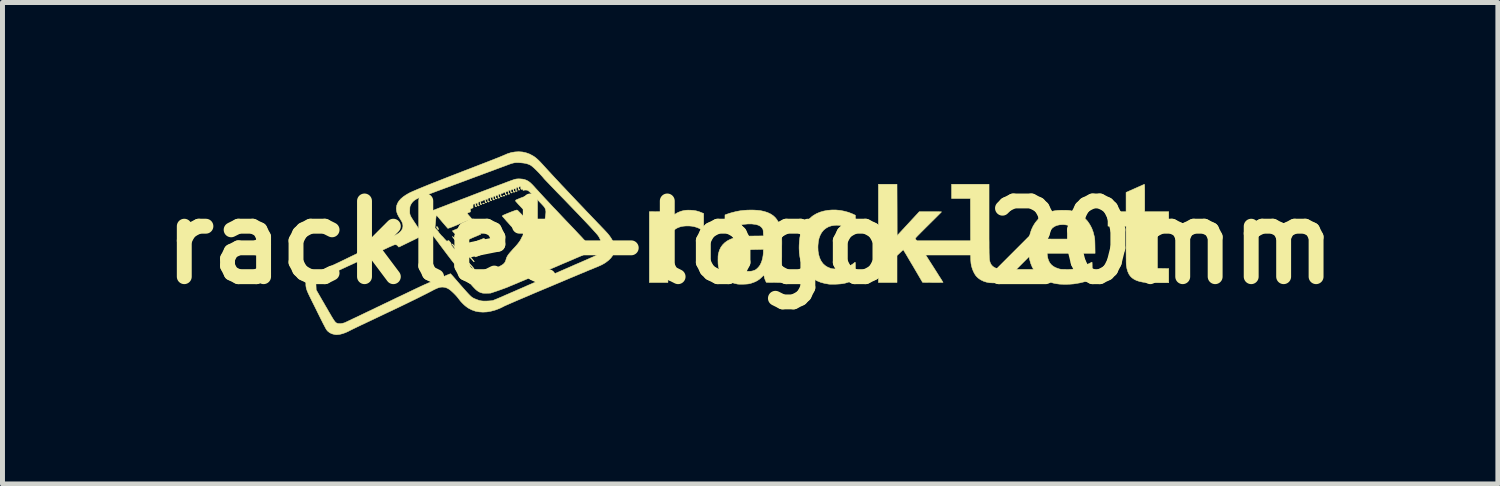
<source format=kicad_pcb>
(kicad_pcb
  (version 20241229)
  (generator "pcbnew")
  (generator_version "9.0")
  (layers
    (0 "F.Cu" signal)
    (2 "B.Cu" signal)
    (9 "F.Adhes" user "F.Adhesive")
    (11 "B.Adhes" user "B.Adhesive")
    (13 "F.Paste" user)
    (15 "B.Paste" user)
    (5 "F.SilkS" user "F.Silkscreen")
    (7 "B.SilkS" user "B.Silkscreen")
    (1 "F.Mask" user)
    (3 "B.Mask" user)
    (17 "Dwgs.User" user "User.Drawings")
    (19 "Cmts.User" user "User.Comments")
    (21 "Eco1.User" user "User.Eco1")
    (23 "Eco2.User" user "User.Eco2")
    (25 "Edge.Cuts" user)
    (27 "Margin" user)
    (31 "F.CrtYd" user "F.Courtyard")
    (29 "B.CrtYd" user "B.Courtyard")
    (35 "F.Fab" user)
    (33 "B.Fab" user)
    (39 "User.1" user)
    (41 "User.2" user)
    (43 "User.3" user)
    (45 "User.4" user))
  (footprint "racklet-logo-20mm"
    (layer "F.Cu")
    (at 12.054 1.831)
    (property "Reference" "racklet-logo-20mm" (at 0 0 0) (layer "F.SilkS") (effects (font (size 1.524 1.524) (thickness 0.3))))
    (attr through_hole)
    (fp_poly (pts (xy -4.692 -1.041) (xy -4.69 -1.035) (xy -4.695 -1.03) (xy -4.707 -1.026) (xy -4.72 -1.029) (xy -4.726 -1.034) (xy -4.722 -1.039) (xy -4.712 -1.043) (xy -4.7 -1.044) (xy -4.692 -1.041)) (stroke (width 0.01) (type solid)) (fill yes) (layer "F.SilkS"))
    (fp_poly (pts (xy -6.3 -0.316) (xy -6.29 -0.304) (xy -6.28 -0.286) (xy -6.278 -0.27) (xy -6.28 -0.254) (xy -6.297 -0.272) (xy -6.309 -0.289) (xy -6.314 -0.305) (xy -6.314 -0.306) (xy -6.312 -0.318) (xy -6.308 -0.322) (xy -6.3 -0.316)) (stroke (width 0.01) (type solid)) (fill yes) (layer "F.SilkS"))
    (fp_poly (pts (xy -5.356 -0.791) (xy -5.351 -0.786) (xy -5.355 -0.782) (xy -5.356 -0.781) (xy -5.369 -0.776) (xy -5.381 -0.78) (xy -5.382 -0.781) (xy -5.387 -0.786) (xy -5.387 -0.788) (xy -5.376 -0.793) (xy -5.363 -0.793) (xy -5.356 -0.791)) (stroke (width 0.01) (type solid)) (fill yes) (layer "F.SilkS"))
    (fp_poly (pts (xy -4.945 -0.947) (xy -4.939 -0.942) (xy -4.944 -0.938) (xy -4.945 -0.937) (xy -4.957 -0.932) (xy -4.97 -0.936) (xy -4.971 -0.937) (xy -4.976 -0.942) (xy -4.976 -0.944) (xy -4.965 -0.949) (xy -4.952 -0.949) (xy -4.945 -0.947)) (stroke (width 0.01) (type solid)) (fill yes) (layer "F.SilkS"))
    (fp_poly (pts (xy -5.984 -0.113) (xy -5.971 -0.1) (xy -5.952 -0.08) (xy -5.927 -0.052) (xy -5.903 -0.025) (xy -5.879 0.003) (xy -5.858 0.029) (xy -5.84 0.051) (xy -5.826 0.069) (xy -5.817 0.081) (xy -5.815 0.087) (xy -5.819 0.088) (xy -5.828 0.082) (xy -5.838 0.072) (xy -5.86 0.048) (xy -5.884 0.021) (xy -5.908 -0.006) (xy -5.93 -0.033) (xy -5.951 -0.058) (xy -5.969 -0.081) (xy -5.983 -0.099) (xy -5.992 -0.112) (xy -5.995 -0.119) (xy -5.995 -0.119) (xy -5.992 -0.119) (xy -5.984 -0.113)) (stroke (width 0.01) (type solid)) (fill yes) (layer "F.SilkS"))
    (fp_poly (pts (xy -5.724 0.189) (xy -5.711 0.202) (xy -5.692 0.222) (xy -5.667 0.25) (xy -5.643 0.277) (xy -5.619 0.305) (xy -5.598 0.331) (xy -5.58 0.353) (xy -5.566 0.371) (xy -5.557 0.383) (xy -5.555 0.388) (xy -5.558 0.39) (xy -5.568 0.384) (xy -5.577 0.374) (xy -5.6 0.349) (xy -5.624 0.323) (xy -5.647 0.296) (xy -5.67 0.269) (xy -5.691 0.244) (xy -5.709 0.221) (xy -5.723 0.203) (xy -5.732 0.19) (xy -5.735 0.183) (xy -5.735 0.183) (xy -5.732 0.182) (xy -5.724 0.189)) (stroke (width 0.01) (type solid)) (fill yes) (layer "F.SilkS"))
    (fp_poly (pts (xy -5.991 0.037) (xy -5.984 0.043) (xy -5.972 0.056) (xy -5.956 0.073) (xy -5.937 0.093) (xy -5.916 0.116) (xy -5.894 0.14) (xy -5.874 0.164) (xy -5.855 0.185) (xy -5.839 0.204) (xy -5.827 0.218) (xy -5.82 0.227) (xy -5.819 0.229) (xy -5.822 0.234) (xy -5.83 0.231) (xy -5.843 0.22) (xy -5.858 0.203) (xy -5.871 0.189) (xy -5.888 0.169) (xy -5.909 0.146) (xy -5.931 0.121) (xy -5.946 0.105) (xy -5.971 0.077) (xy -5.989 0.055) (xy -6 0.04) (xy -6.004 0.032) (xy -6.001 0.031) (xy -5.991 0.037)) (stroke (width 0.01) (type solid)) (fill yes) (layer "F.SilkS"))
    (fp_poly (pts (xy -5.731 0.339) (xy -5.724 0.345) (xy -5.712 0.358) (xy -5.696 0.375) (xy -5.676 0.395) (xy -5.656 0.418) (xy -5.634 0.442) (xy -5.613 0.465) (xy -5.594 0.487) (xy -5.578 0.506) (xy -5.566 0.52) (xy -5.56 0.529) (xy -5.559 0.531) (xy -5.562 0.536) (xy -5.57 0.533) (xy -5.583 0.522) (xy -5.598 0.505) (xy -5.61 0.491) (xy -5.628 0.471) (xy -5.649 0.448) (xy -5.671 0.423) (xy -5.686 0.407) (xy -5.711 0.378) (xy -5.729 0.357) (xy -5.74 0.342) (xy -5.744 0.334) (xy -5.741 0.333) (xy -5.731 0.339)) (stroke (width 0.01) (type solid)) (fill yes) (layer "F.SilkS"))
    (fp_poly (pts (xy -4.509 -0.928) (xy -4.502 -0.923) (xy -4.49 -0.912) (xy -4.473 -0.896) (xy -4.453 -0.877) (xy -4.431 -0.854) (xy -4.408 -0.831) (xy -4.386 -0.808) (xy -4.366 -0.786) (xy -4.348 -0.767) (xy -4.335 -0.752) (xy -4.327 -0.741) (xy -4.325 -0.738) (xy -4.328 -0.727) (xy -4.329 -0.725) (xy -4.335 -0.721) (xy -4.349 -0.714) (xy -4.37 -0.705) (xy -4.394 -0.694) (xy -4.421 -0.683) (xy -4.449 -0.671) (xy -4.476 -0.661) (xy -4.499 -0.652) (xy -4.518 -0.645) (xy -4.531 -0.641) (xy -4.535 -0.64) (xy -4.541 -0.643) (xy -4.551 -0.65) (xy -4.566 -0.663) (xy -4.586 -0.683) (xy -4.611 -0.709) (xy -4.632 -0.732) (xy -4.657 -0.758) (xy -4.679 -0.782) (xy -4.697 -0.803) (xy -4.712 -0.819) (xy -4.721 -0.83) (xy -4.723 -0.834) (xy -4.724 -0.845) (xy -4.72 -0.851) (xy -4.713 -0.856) (xy -4.698 -0.863) (xy -4.676 -0.872) (xy -4.649 -0.883) (xy -4.62 -0.895) (xy -4.617 -0.896) (xy -4.582 -0.909) (xy -4.555 -0.919) (xy -4.535 -0.925) (xy -4.522 -0.929) (xy -4.513 -0.929) (xy -4.509 -0.928)) (stroke (width 0.01) (type solid)) (fill yes) (layer "F.SilkS"))
    (fp_poly (pts (xy -5.52 -0.275) (xy -5.495 -0.247) (xy -5.472 -0.221) (xy -5.453 -0.199) (xy -5.438 -0.182) (xy -5.428 -0.17) (xy -5.424 -0.164) (xy -5.424 -0.164) (xy -5.43 -0.162) (xy -5.441 -0.157) (xy -5.442 -0.157) (xy -5.45 -0.154) (xy -5.467 -0.147) (xy -5.491 -0.137) (xy -5.52 -0.124) (xy -5.555 -0.11) (xy -5.592 -0.094) (xy -5.621 -0.081) (xy -5.66 -0.064) (xy -5.695 -0.049) (xy -5.727 -0.036) (xy -5.753 -0.025) (xy -5.772 -0.017) (xy -5.785 -0.012) (xy -5.788 -0.01) (xy -5.792 -0.014) (xy -5.803 -0.024) (xy -5.818 -0.04) (xy -5.838 -0.061) (xy -5.862 -0.085) (xy -5.888 -0.113) (xy -5.893 -0.118) (xy -5.919 -0.146) (xy -5.943 -0.172) (xy -5.963 -0.194) (xy -5.979 -0.212) (xy -5.99 -0.225) (xy -5.995 -0.231) (xy -5.995 -0.232) (xy -5.99 -0.235) (xy -5.977 -0.241) (xy -5.956 -0.25) (xy -5.929 -0.261) (xy -5.897 -0.275) (xy -5.86 -0.289) (xy -5.821 -0.305) (xy -5.779 -0.322) (xy -5.737 -0.338) (xy -5.696 -0.355) (xy -5.655 -0.37) (xy -5.644 -0.375) (xy -5.617 -0.385) (xy -5.52 -0.275)) (stroke (width 0.01) (type solid)) (fill yes) (layer "F.SilkS"))
    (fp_poly (pts (xy -5.357 -0.079) (xy -5.347 -0.069) (xy -5.333 -0.053) (xy -5.314 -0.034) (xy -5.294 -0.011) (xy -5.271 0.014) (xy -5.249 0.039) (xy -5.227 0.064) (xy -5.206 0.087) (xy -5.189 0.107) (xy -5.175 0.123) (xy -5.166 0.133) (xy -5.163 0.138) (xy -5.167 0.14) (xy -5.169 0.141) (xy -5.175 0.143) (xy -5.19 0.148) (xy -5.21 0.156) (xy -5.234 0.167) (xy -5.251 0.174) (xy -5.276 0.185) (xy -5.305 0.197) (xy -5.337 0.211) (xy -5.37 0.225) (xy -5.404 0.239) (xy -5.436 0.253) (xy -5.466 0.265) (xy -5.491 0.276) (xy -5.511 0.284) (xy -5.524 0.29) (xy -5.529 0.291) (xy -5.533 0.288) (xy -5.543 0.278) (xy -5.558 0.263) (xy -5.576 0.243) (xy -5.598 0.221) (xy -5.601 0.217) (xy -5.626 0.191) (xy -5.651 0.165) (xy -5.674 0.14) (xy -5.693 0.12) (xy -5.706 0.106) (xy -5.741 0.069) (xy -5.553 -0.006) (xy -5.511 -0.022) (xy -5.472 -0.038) (xy -5.438 -0.052) (xy -5.408 -0.063) (xy -5.385 -0.073) (xy -5.369 -0.079) (xy -5.362 -0.082) (xy -5.361 -0.082) (xy -5.357 -0.079)) (stroke (width 0.01) (type solid)) (fill yes) (layer "F.SilkS"))
    (fp_poly (pts (xy -1.205 -0.649) (xy -1.202 -0.649) (xy -1.143 -0.645) (xy -1.089 -0.636) (xy -1.037 -0.622) (xy -0.985 -0.602) (xy -0.982 -0.601) (xy -0.937 -0.582) (xy -0.937 -0.223) (xy -0.964 -0.244) (xy -0.996 -0.266) (xy -1.027 -0.283) (xy -1.06 -0.297) (xy -1.085 -0.306) (xy -1.133 -0.32) (xy -1.181 -0.328) (xy -1.231 -0.332) (xy -1.288 -0.332) (xy -1.34 -0.328) (xy -1.384 -0.321) (xy -1.425 -0.309) (xy -1.464 -0.293) (xy -1.48 -0.285) (xy -1.526 -0.256) (xy -1.566 -0.22) (xy -1.598 -0.176) (xy -1.624 -0.125) (xy -1.641 -0.075) (xy -1.643 -0.068) (xy -1.645 -0.06) (xy -1.646 -0.052) (xy -1.648 -0.043) (xy -1.649 -0.031) (xy -1.65 -0.017) (xy -1.65 0.001) (xy -1.651 0.023) (xy -1.652 0.05) (xy -1.652 0.082) (xy -1.653 0.122) (xy -1.653 0.168) (xy -1.653 0.222) (xy -1.654 0.285) (xy -1.654 0.357) (xy -1.654 0.386) (xy -1.656 0.807) (xy -2.03 0.807) (xy -2.03 -0.62) (xy -1.862 -0.618) (xy -1.694 -0.617) (xy -1.676 -0.509) (xy -1.658 -0.401) (xy -1.645 -0.425) (xy -1.612 -0.476) (xy -1.57 -0.523) (xy -1.522 -0.563) (xy -1.467 -0.597) (xy -1.408 -0.622) (xy -1.404 -0.624) (xy -1.365 -0.635) (xy -1.329 -0.643) (xy -1.292 -0.648) (xy -1.252 -0.65) (xy -1.205 -0.649)) (stroke (width 0.01) (type solid)) (fill yes) (layer "F.SilkS"))
    (fp_poly (pts (xy -4.697 -0.652) (xy -4.693 -0.651) (xy -4.688 -0.649) (xy -4.682 -0.644) (xy -4.673 -0.637) (xy -4.662 -0.625) (xy -4.646 -0.609) (xy -4.625 -0.588) (xy -4.598 -0.56) (xy -4.58 -0.541) (xy -4.549 -0.509) (xy -4.526 -0.483) (xy -4.508 -0.463) (xy -4.496 -0.447) (xy -4.489 -0.436) (xy -4.486 -0.426) (xy -4.487 -0.419) (xy -4.491 -0.413) (xy -4.494 -0.409) (xy -4.501 -0.406) (xy -4.516 -0.398) (xy -4.537 -0.388) (xy -4.563 -0.377) (xy -4.593 -0.363) (xy -4.625 -0.35) (xy -4.656 -0.336) (xy -4.687 -0.323) (xy -4.715 -0.312) (xy -4.739 -0.302) (xy -4.757 -0.295) (xy -4.767 -0.292) (xy -4.769 -0.291) (xy -4.779 -0.295) (xy -4.787 -0.301) (xy -4.793 -0.307) (xy -4.805 -0.32) (xy -4.822 -0.338) (xy -4.842 -0.361) (xy -4.865 -0.387) (xy -4.882 -0.406) (xy -4.907 -0.433) (xy -4.929 -0.459) (xy -4.949 -0.482) (xy -4.965 -0.5) (xy -4.976 -0.512) (xy -4.98 -0.517) (xy -4.989 -0.526) (xy -4.991 -0.532) (xy -4.986 -0.538) (xy -4.983 -0.541) (xy -4.976 -0.545) (xy -4.96 -0.553) (xy -4.937 -0.563) (xy -4.91 -0.574) (xy -4.879 -0.587) (xy -4.846 -0.6) (xy -4.814 -0.613) (xy -4.782 -0.625) (xy -4.754 -0.635) (xy -4.73 -0.644) (xy -4.712 -0.649) (xy -4.703 -0.652) (xy -4.702 -0.652) (xy -4.697 -0.652)) (stroke (width 0.01) (type solid)) (fill yes) (layer "F.SilkS"))
    (fp_poly (pts (xy 4.809 -0.438) (xy 4.809 -0.333) (xy 4.809 -0.237) (xy 4.809 -0.151) (xy 4.809 -0.074) (xy 4.81 -0.005) (xy 4.81 0.056) (xy 4.81 0.11) (xy 4.811 0.158) (xy 4.811 0.199) (xy 4.812 0.235) (xy 4.813 0.265) (xy 4.814 0.291) (xy 4.815 0.313) (xy 4.817 0.332) (xy 4.818 0.348) (xy 4.82 0.361) (xy 4.823 0.372) (xy 4.825 0.382) (xy 4.828 0.392) (xy 4.831 0.401) (xy 4.834 0.41) (xy 4.836 0.415) (xy 4.854 0.449) (xy 4.88 0.478) (xy 4.912 0.502) (xy 4.942 0.516) (xy 4.953 0.519) (xy 4.963 0.522) (xy 4.974 0.524) (xy 4.987 0.525) (xy 5.003 0.527) (xy 5.025 0.527) (xy 5.052 0.528) (xy 5.087 0.529) (xy 5.13 0.529) (xy 5.157 0.53) (xy 5.335 0.532) (xy 5.335 0.817) (xy 5.094 0.817) (xy 5.044 0.816) (xy 4.996 0.816) (xy 4.951 0.815) (xy 4.911 0.815) (xy 4.876 0.814) (xy 4.849 0.813) (xy 4.83 0.812) (xy 4.821 0.812) (xy 4.755 0.799) (xy 4.694 0.779) (xy 4.638 0.751) (xy 4.59 0.717) (xy 4.557 0.685) (xy 4.535 0.658) (xy 4.514 0.623) (xy 4.494 0.584) (xy 4.477 0.543) (xy 4.466 0.51) (xy 4.462 0.495) (xy 4.458 0.481) (xy 4.455 0.468) (xy 4.452 0.456) (xy 4.45 0.443) (xy 4.447 0.429) (xy 4.445 0.413) (xy 4.444 0.395) (xy 4.442 0.375) (xy 4.441 0.351) (xy 4.44 0.323) (xy 4.439 0.29) (xy 4.439 0.252) (xy 4.438 0.208) (xy 4.438 0.158) (xy 4.437 0.1) (xy 4.437 0.035) (xy 4.437 -0.039) (xy 4.436 -0.121) (xy 4.436 -0.213) (xy 4.436 -0.251) (xy 4.434 -0.885) (xy 4.244 -0.885) (xy 4.055 -0.885) (xy 4.055 -1.171) (xy 4.809 -1.171) (xy 4.809 -0.438)) (stroke (width 0.01) (type solid)) (fill yes) (layer "F.SilkS"))
    (fp_poly (pts (xy 7.937 -1.168) (xy 7.939 -1.164) (xy 7.94 -1.157) (xy 7.941 -1.146) (xy 7.941 -1.131) (xy 7.942 -1.109) (xy 7.942 -1.081) (xy 7.943 -1.046) (xy 7.943 -1.003) (xy 7.943 -0.951) (xy 7.943 -0.896) (xy 7.943 -0.619) (xy 8.427 -0.619) (xy 8.427 -0.328) (xy 7.943 -0.328) (xy 7.943 0.028) (xy 7.943 0.11) (xy 7.943 0.183) (xy 7.943 0.246) (xy 7.944 0.299) (xy 7.945 0.342) (xy 7.946 0.375) (xy 7.947 0.398) (xy 7.948 0.41) (xy 7.948 0.411) (xy 7.961 0.446) (xy 7.981 0.474) (xy 8.011 0.497) (xy 8.047 0.513) (xy 8.056 0.516) (xy 8.067 0.518) (xy 8.081 0.52) (xy 8.098 0.521) (xy 8.121 0.522) (xy 8.15 0.523) (xy 8.187 0.524) (xy 8.233 0.524) (xy 8.251 0.524) (xy 8.427 0.527) (xy 8.427 0.812) (xy 8.212 0.811) (xy 8.165 0.811) (xy 8.121 0.811) (xy 8.08 0.81) (xy 8.045 0.81) (xy 8.016 0.81) (xy 7.994 0.809) (xy 7.982 0.809) (xy 7.979 0.809) (xy 7.903 0.799) (xy 7.837 0.785) (xy 7.779 0.766) (xy 7.73 0.742) (xy 7.688 0.713) (xy 7.653 0.678) (xy 7.625 0.637) (xy 7.603 0.588) (xy 7.586 0.533) (xy 7.575 0.469) (xy 7.573 0.458) (xy 7.572 0.444) (xy 7.571 0.421) (xy 7.57 0.388) (xy 7.57 0.347) (xy 7.569 0.298) (xy 7.569 0.242) (xy 7.568 0.18) (xy 7.568 0.113) (xy 7.568 0.043) (xy 7.568 -0.328) (xy 7.204 -0.328) (xy 7.204 -0.619) (xy 7.568 -0.619) (xy 7.568 -1.007) (xy 7.746 -1.086) (xy 7.787 -1.104) (xy 7.825 -1.121) (xy 7.859 -1.136) (xy 7.888 -1.149) (xy 7.91 -1.159) (xy 7.926 -1.166) (xy 7.933 -1.169) (xy 7.934 -1.169) (xy 7.936 -1.169) (xy 7.937 -1.168)) (stroke (width 0.01) (type solid)) (fill yes) (layer "F.SilkS"))
    (fp_poly (pts (xy 2.958 -0.654) (xy 2.959 -0.137) (xy 3.182 -0.378) (xy 3.405 -0.619) (xy 3.628 -0.619) (xy 3.675 -0.619) (xy 3.719 -0.619) (xy 3.758 -0.619) (xy 3.792 -0.618) (xy 3.819 -0.617) (xy 3.839 -0.617) (xy 3.85 -0.616) (xy 3.852 -0.615) (xy 3.848 -0.611) (xy 3.838 -0.6) (xy 3.821 -0.583) (xy 3.799 -0.561) (xy 3.771 -0.533) (xy 3.739 -0.501) (xy 3.703 -0.465) (xy 3.664 -0.427) (xy 3.622 -0.385) (xy 3.586 -0.349) (xy 3.531 -0.295) (xy 3.482 -0.246) (xy 3.439 -0.203) (xy 3.403 -0.166) (xy 3.373 -0.136) (xy 3.35 -0.112) (xy 3.334 -0.094) (xy 3.325 -0.083) (xy 3.323 -0.08) (xy 3.326 -0.074) (xy 3.334 -0.061) (xy 3.348 -0.04) (xy 3.365 -0.012) (xy 3.387 0.022) (xy 3.413 0.063) (xy 3.441 0.108) (xy 3.473 0.158) (xy 3.507 0.212) (xy 3.544 0.269) (xy 3.582 0.329) (xy 3.604 0.364) (xy 3.643 0.425) (xy 3.681 0.484) (xy 3.716 0.539) (xy 3.749 0.591) (xy 3.779 0.639) (xy 3.806 0.682) (xy 3.83 0.719) (xy 3.85 0.75) (xy 3.865 0.775) (xy 3.876 0.792) (xy 3.882 0.802) (xy 3.883 0.804) (xy 3.878 0.804) (xy 3.864 0.805) (xy 3.841 0.805) (xy 3.811 0.806) (xy 3.776 0.806) (xy 3.735 0.806) (xy 3.691 0.806) (xy 3.677 0.806) (xy 3.471 0.804) (xy 3.279 0.476) (xy 3.247 0.423) (xy 3.217 0.372) (xy 3.189 0.325) (xy 3.164 0.282) (xy 3.141 0.243) (xy 3.121 0.21) (xy 3.105 0.184) (xy 3.093 0.164) (xy 3.085 0.152) (xy 3.082 0.148) (xy 3.077 0.152) (xy 3.066 0.161) (xy 3.05 0.176) (xy 3.031 0.194) (xy 3.017 0.207) (xy 2.956 0.265) (xy 2.956 0.807) (xy 2.582 0.807) (xy 2.582 -1.171) (xy 2.956 -1.171) (xy 2.958 -0.654)) (stroke (width 0.01) (type solid)) (fill yes) (layer "F.SilkS"))
    (fp_poly (pts (xy 1.727 -0.653) (xy 1.813 -0.645) (xy 1.898 -0.628) (xy 1.982 -0.605) (xy 2.063 -0.573) (xy 2.073 -0.568) (xy 2.118 -0.547) (xy 2.118 -0.204) (xy 2.075 -0.236) (xy 2.015 -0.275) (xy 1.95 -0.307) (xy 1.882 -0.329) (xy 1.812 -0.343) (xy 1.741 -0.347) (xy 1.694 -0.344) (xy 1.634 -0.334) (xy 1.581 -0.317) (xy 1.535 -0.292) (xy 1.493 -0.261) (xy 1.472 -0.241) (xy 1.436 -0.195) (xy 1.408 -0.142) (xy 1.386 -0.082) (xy 1.372 -0.014) (xy 1.365 0.06) (xy 1.364 0.096) (xy 1.367 0.174) (xy 1.379 0.245) (xy 1.397 0.308) (xy 1.423 0.365) (xy 1.456 0.414) (xy 1.47 0.431) (xy 1.51 0.467) (xy 1.556 0.496) (xy 1.608 0.518) (xy 1.611 0.519) (xy 1.627 0.524) (xy 1.641 0.528) (xy 1.655 0.53) (xy 1.672 0.532) (xy 1.694 0.533) (xy 1.723 0.533) (xy 1.744 0.533) (xy 1.778 0.533) (xy 1.804 0.533) (xy 1.825 0.531) (xy 1.842 0.529) (xy 1.859 0.526) (xy 1.877 0.521) (xy 1.886 0.519) (xy 1.913 0.511) (xy 1.942 0.501) (xy 1.967 0.491) (xy 1.975 0.487) (xy 1.993 0.478) (xy 2.015 0.466) (xy 2.038 0.452) (xy 2.059 0.439) (xy 2.077 0.426) (xy 2.09 0.416) (xy 2.095 0.411) (xy 2.102 0.405) (xy 2.108 0.401) (xy 2.111 0.399) (xy 2.113 0.4) (xy 2.115 0.403) (xy 2.116 0.409) (xy 2.117 0.42) (xy 2.118 0.437) (xy 2.118 0.46) (xy 2.118 0.491) (xy 2.118 0.531) (xy 2.118 0.566) (xy 2.118 0.737) (xy 2.062 0.764) (xy 2.01 0.788) (xy 1.96 0.806) (xy 1.911 0.82) (xy 1.861 0.83) (xy 1.807 0.836) (xy 1.745 0.84) (xy 1.715 0.841) (xy 1.681 0.841) (xy 1.65 0.841) (xy 1.623 0.841) (xy 1.602 0.841) (xy 1.589 0.84) (xy 1.587 0.84) (xy 1.501 0.825) (xy 1.422 0.804) (xy 1.35 0.775) (xy 1.284 0.739) (xy 1.224 0.695) (xy 1.181 0.656) (xy 1.129 0.597) (xy 1.086 0.532) (xy 1.05 0.461) (xy 1.022 0.384) (xy 1.002 0.3) (xy 0.989 0.21) (xy 0.985 0.113) (xy 0.986 0.055) (xy 0.991 -0.027) (xy 1 -0.1) (xy 1.015 -0.168) (xy 1.035 -0.232) (xy 1.061 -0.293) (xy 1.078 -0.328) (xy 1.111 -0.38) (xy 1.15 -0.432) (xy 1.195 -0.48) (xy 1.243 -0.521) (xy 1.27 -0.541) (xy 1.334 -0.579) (xy 1.405 -0.609) (xy 1.48 -0.631) (xy 1.56 -0.646) (xy 1.643 -0.653) (xy 1.727 -0.653)) (stroke (width 0.01) (type solid)) (fill yes) (layer "F.SilkS"))
    (fp_poly (pts (xy 6.301 -0.648) (xy 6.34 -0.648) (xy 6.372 -0.647) (xy 6.396 -0.646) (xy 6.417 -0.645) (xy 6.434 -0.642) (xy 6.451 -0.639) (xy 6.463 -0.636) (xy 6.537 -0.614) (xy 6.605 -0.584) (xy 6.668 -0.545) (xy 6.727 -0.497) (xy 6.741 -0.484) (xy 6.794 -0.425) (xy 6.838 -0.36) (xy 6.876 -0.289) (xy 6.905 -0.211) (xy 6.927 -0.125) (xy 6.928 -0.121) (xy 6.932 -0.102) (xy 6.935 -0.083) (xy 6.937 -0.062) (xy 6.939 -0.038) (xy 6.94 -0.008) (xy 6.941 0.028) (xy 6.942 0.072) (xy 6.942 0.077) (xy 6.944 0.219) (xy 5.979 0.219) (xy 5.982 0.256) (xy 5.992 0.316) (xy 6.009 0.368) (xy 6.033 0.413) (xy 6.066 0.452) (xy 6.106 0.484) (xy 6.155 0.51) (xy 6.213 0.53) (xy 6.217 0.532) (xy 6.233 0.536) (xy 6.249 0.539) (xy 6.265 0.541) (xy 6.286 0.542) (xy 6.312 0.543) (xy 6.345 0.543) (xy 6.366 0.544) (xy 6.404 0.544) (xy 6.435 0.543) (xy 6.46 0.542) (xy 6.481 0.54) (xy 6.501 0.537) (xy 6.522 0.534) (xy 6.532 0.532) (xy 6.623 0.508) (xy 6.713 0.477) (xy 6.798 0.438) (xy 6.824 0.425) (xy 6.848 0.414) (xy 6.866 0.404) (xy 6.878 0.398) (xy 6.882 0.397) (xy 6.883 0.401) (xy 6.884 0.415) (xy 6.885 0.437) (xy 6.885 0.465) (xy 6.886 0.499) (xy 6.886 0.538) (xy 6.886 0.566) (xy 6.886 0.738) (xy 6.836 0.757) (xy 6.741 0.789) (xy 6.639 0.814) (xy 6.533 0.832) (xy 6.506 0.836) (xy 6.474 0.838) (xy 6.434 0.841) (xy 6.389 0.842) (xy 6.344 0.842) (xy 6.299 0.842) (xy 6.257 0.841) (xy 6.223 0.839) (xy 6.209 0.837) (xy 6.163 0.831) (xy 6.113 0.821) (xy 6.064 0.808) (xy 6.023 0.795) (xy 5.947 0.764) (xy 5.878 0.725) (xy 5.817 0.678) (xy 5.764 0.625) (xy 5.718 0.564) (xy 5.679 0.497) (xy 5.648 0.422) (xy 5.625 0.34) (xy 5.609 0.252) (xy 5.602 0.157) (xy 5.6 0.104) (xy 5.604 0.005) (xy 5.615 -0.077) (xy 5.986 -0.077) (xy 5.986 -0.075) (xy 5.987 -0.074) (xy 5.991 -0.072) (xy 5.997 -0.071) (xy 6.007 -0.07) (xy 6.021 -0.069) (xy 6.041 -0.069) (xy 6.066 -0.068) (xy 6.099 -0.068) (xy 6.139 -0.068) (xy 6.187 -0.068) (xy 6.244 -0.068) (xy 6.278 -0.068) (xy 6.57 -0.068) (xy 6.566 -0.105) (xy 6.557 -0.161) (xy 6.543 -0.208) (xy 6.523 -0.248) (xy 6.496 -0.283) (xy 6.496 -0.283) (xy 6.462 -0.313) (xy 6.423 -0.335) (xy 6.378 -0.35) (xy 6.326 -0.358) (xy 6.29 -0.359) (xy 6.23 -0.355) (xy 6.176 -0.343) (xy 6.129 -0.323) (xy 6.088 -0.294) (xy 6.054 -0.258) (xy 6.026 -0.213) (xy 6.005 -0.16) (xy 5.998 -0.138) (xy 5.993 -0.115) (xy 5.989 -0.096) (xy 5.986 -0.082) (xy 5.986 -0.077) (xy 5.615 -0.077) (xy 5.616 -0.088) (xy 5.636 -0.175) (xy 5.662 -0.255) (xy 5.697 -0.329) (xy 5.738 -0.395) (xy 5.787 -0.455) (xy 5.843 -0.507) (xy 5.906 -0.552) (xy 5.975 -0.589) (xy 6.035 -0.612) (xy 6.074 -0.624) (xy 6.112 -0.634) (xy 6.151 -0.64) (xy 6.194 -0.645) (xy 6.243 -0.647) (xy 6.301 -0.648) (xy 6.301 -0.648)) (stroke (width 0.01) (type solid)) (fill yes) (layer "F.SilkS"))
    (fp_poly (pts (xy 0.078 -0.651) (xy 0.144 -0.647) (xy 0.203 -0.641) (xy 0.207 -0.64) (xy 0.281 -0.624) (xy 0.35 -0.602) (xy 0.411 -0.573) (xy 0.46 -0.541) (xy 0.502 -0.503) (xy 0.539 -0.457) (xy 0.57 -0.404) (xy 0.595 -0.343) (xy 0.616 -0.273) (xy 0.628 -0.21) (xy 0.63 -0.198) (xy 0.632 -0.186) (xy 0.633 -0.172) (xy 0.634 -0.157) (xy 0.635 -0.138) (xy 0.636 -0.116) (xy 0.636 -0.089) (xy 0.636 -0.057) (xy 0.637 -0.019) (xy 0.637 0.027) (xy 0.636 0.081) (xy 0.636 0.143) (xy 0.636 0.2) (xy 0.636 0.287) (xy 0.635 0.364) (xy 0.636 0.43) (xy 0.636 0.487) (xy 0.637 0.533) (xy 0.638 0.568) (xy 0.639 0.594) (xy 0.64 0.606) (xy 0.647 0.657) (xy 0.657 0.704) (xy 0.669 0.745) (xy 0.682 0.777) (xy 0.697 0.807) (xy 0.325 0.804) (xy 0.309 0.771) (xy 0.3 0.749) (xy 0.29 0.722) (xy 0.284 0.697) (xy 0.275 0.656) (xy 0.238 0.694) (xy 0.191 0.737) (xy 0.139 0.772) (xy 0.08 0.8) (xy 0.014 0.823) (xy -0.007 0.828) (xy -0.027 0.833) (xy -0.049 0.836) (xy -0.074 0.838) (xy -0.106 0.84) (xy -0.141 0.841) (xy -0.171 0.841) (xy -0.2 0.841) (xy -0.223 0.841) (xy -0.24 0.84) (xy -0.247 0.84) (xy -0.319 0.824) (xy -0.384 0.801) (xy -0.444 0.77) (xy -0.497 0.732) (xy -0.542 0.687) (xy -0.58 0.635) (xy -0.61 0.578) (xy -0.618 0.557) (xy -0.629 0.526) (xy -0.637 0.496) (xy -0.642 0.466) (xy -0.646 0.433) (xy -0.647 0.395) (xy -0.648 0.356) (xy -0.247 0.356) (xy -0.247 0.364) (xy -0.247 0.394) (xy -0.246 0.416) (xy -0.244 0.433) (xy -0.241 0.447) (xy -0.237 0.46) (xy -0.235 0.464) (xy -0.215 0.502) (xy -0.186 0.534) (xy -0.151 0.558) (xy -0.109 0.575) (xy -0.109 0.575) (xy -0.081 0.58) (xy -0.047 0.582) (xy -0.012 0.582) (xy 0.022 0.579) (xy 0.044 0.575) (xy 0.066 0.568) (xy 0.088 0.56) (xy 0.099 0.556) (xy 0.121 0.542) (xy 0.145 0.521) (xy 0.169 0.496) (xy 0.19 0.469) (xy 0.199 0.455) (xy 0.219 0.415) (xy 0.237 0.367) (xy 0.251 0.315) (xy 0.26 0.26) (xy 0.265 0.206) (xy 0.265 0.185) (xy 0.265 0.139) (xy 0.126 0.142) (xy 0.069 0.143) (xy 0.021 0.145) (xy -0.019 0.148) (xy -0.052 0.152) (xy -0.081 0.157) (xy -0.105 0.164) (xy -0.127 0.172) (xy -0.138 0.177) (xy -0.169 0.193) (xy -0.193 0.209) (xy -0.211 0.228) (xy -0.225 0.25) (xy -0.23 0.259) (xy -0.237 0.273) (xy -0.242 0.285) (xy -0.245 0.297) (xy -0.246 0.311) (xy -0.247 0.33) (xy -0.247 0.356) (xy -0.648 0.356) (xy -0.648 0.351) (xy -0.647 0.315) (xy -0.647 0.286) (xy -0.645 0.263) (xy -0.643 0.244) (xy -0.639 0.225) (xy -0.636 0.213) (xy -0.617 0.152) (xy -0.59 0.097) (xy -0.555 0.049) (xy -0.513 0.007) (xy -0.463 -0.03) (xy -0.405 -0.061) (xy -0.338 -0.086) (xy -0.263 -0.106) (xy -0.198 -0.118) (xy -0.179 -0.12) (xy -0.155 -0.122) (xy -0.127 -0.124) (xy -0.092 -0.126) (xy -0.049 -0.127) (xy 0.001 -0.128) (xy 0.061 -0.129) (xy 0.062 -0.129) (xy 0.267 -0.131) (xy 0.264 -0.192) (xy 0.263 -0.22) (xy 0.261 -0.241) (xy 0.258 -0.256) (xy 0.254 -0.269) (xy 0.251 -0.273) (xy 0.229 -0.304) (xy 0.199 -0.329) (xy 0.161 -0.348) (xy 0.116 -0.361) (xy 0.113 -0.362) (xy 0.034 -0.372) (xy -0.048 -0.372) (xy -0.134 -0.364) (xy -0.221 -0.346) (xy -0.31 -0.32) (xy -0.4 -0.285) (xy -0.436 -0.268) (xy -0.461 -0.256) (xy -0.482 -0.246) (xy -0.498 -0.239) (xy -0.507 -0.235) (xy -0.508 -0.234) (xy -0.509 -0.239) (xy -0.509 -0.253) (xy -0.509 -0.275) (xy -0.509 -0.304) (xy -0.509 -0.338) (xy -0.509 -0.376) (xy -0.509 -0.394) (xy -0.507 -0.554) (xy -0.461 -0.571) (xy -0.426 -0.583) (xy -0.383 -0.596) (xy -0.337 -0.608) (xy -0.29 -0.62) (xy -0.245 -0.629) (xy -0.206 -0.636) (xy -0.201 -0.637) (xy -0.135 -0.645) (xy -0.064 -0.65) (xy 0.008 -0.652) (xy 0.078 -0.651)) (stroke (width 0.01) (type solid)) (fill yes) (layer "F.SilkS"))
    (fp_poly (pts (xy -4.585 -1.821) (xy -4.513 -1.805) (xy -4.443 -1.78) (xy -4.377 -1.745) (xy -4.353 -1.73) (xy -4.333 -1.716) (xy -4.314 -1.701) (xy -4.296 -1.686) (xy -4.277 -1.669) (xy -4.256 -1.649) (xy -4.231 -1.624) (xy -4.203 -1.594) (xy -4.169 -1.557) (xy -4.159 -1.546) (xy -4.107 -1.489) (xy -4.049 -1.426) (xy -3.988 -1.36) (xy -3.925 -1.292) (xy -3.862 -1.225) (xy -3.802 -1.16) (xy -3.753 -1.109) (xy -3.687 -1.039) (xy -3.62 -0.968) (xy -3.552 -0.896) (xy -3.485 -0.825) (xy -3.418 -0.755) (xy -3.353 -0.687) (xy -3.29 -0.62) (xy -3.229 -0.557) (xy -3.172 -0.497) (xy -3.119 -0.442) (xy -3.071 -0.391) (xy -3.027 -0.346) (xy -2.99 -0.307) (xy -2.959 -0.275) (xy -2.957 -0.273) (xy -2.908 -0.221) (xy -2.866 -0.175) (xy -2.832 -0.132) (xy -2.804 -0.092) (xy -2.781 -0.054) (xy -2.764 -0.017) (xy -2.75 0.021) (xy -2.742 0.047) (xy -2.735 0.089) (xy -2.733 0.132) (xy -2.737 0.175) (xy -2.745 0.212) (xy -2.748 0.219) (xy -2.772 0.268) (xy -2.806 0.314) (xy -2.85 0.358) (xy -2.903 0.399) (xy -2.907 0.402) (xy -2.925 0.414) (xy -2.942 0.424) (xy -2.959 0.434) (xy -2.977 0.444) (xy -2.997 0.454) (xy -3.021 0.465) (xy -3.05 0.478) (xy -3.085 0.493) (xy -3.128 0.51) (xy -3.16 0.524) (xy -3.192 0.537) (xy -3.233 0.553) (xy -3.281 0.573) (xy -3.336 0.597) (xy -3.398 0.622) (xy -3.465 0.65) (xy -3.536 0.68) (xy -3.611 0.711) (xy -3.689 0.744) (xy -3.769 0.778) (xy -3.85 0.812) (xy -3.931 0.846) (xy -4.011 0.88) (xy -4.09 0.913) (xy -4.104 0.919) (xy -4.224 0.969) (xy -4.336 1.016) (xy -4.438 1.06) (xy -4.532 1.1) (xy -4.617 1.136) (xy -4.693 1.168) (xy -4.759 1.197) (xy -4.817 1.222) (xy -4.865 1.243) (xy -4.904 1.26) (xy -4.933 1.273) (xy -4.953 1.282) (xy -4.964 1.288) (xy -4.995 1.304) (xy -5.032 1.322) (xy -5.073 1.339) (xy -5.113 1.354) (xy -5.129 1.36) (xy -5.216 1.384) (xy -5.3 1.399) (xy -5.381 1.403) (xy -5.458 1.398) (xy -5.533 1.384) (xy -5.603 1.359) (xy -5.67 1.325) (xy -5.687 1.314) (xy -5.72 1.29) (xy -5.756 1.26) (xy -5.792 1.225) (xy -5.826 1.189) (xy -5.855 1.153) (xy -5.868 1.136) (xy -5.888 1.11) (xy -5.913 1.08) (xy -5.942 1.049) (xy -5.973 1.018) (xy -6.003 0.99) (xy -6.031 0.965) (xy -6.055 0.947) (xy -6.057 0.945) (xy -6.093 0.924) (xy -6.127 0.91) (xy -6.16 0.902) (xy -6.195 0.899) (xy -6.196 0.899) (xy -6.217 0.9) (xy -6.238 0.902) (xy -6.259 0.907) (xy -6.281 0.914) (xy -6.307 0.924) (xy -6.338 0.938) (xy -6.375 0.956) (xy -6.418 0.979) (xy -6.434 0.987) (xy -6.478 1.01) (xy -6.525 1.034) (xy -6.577 1.06) (xy -6.633 1.088) (xy -6.694 1.119) (xy -6.761 1.152) (xy -6.834 1.187) (xy -6.913 1.226) (xy -6.998 1.267) (xy -7.091 1.312) (xy -7.192 1.36) (xy -7.301 1.411) (xy -7.418 1.467) (xy -7.544 1.527) (xy -7.584 1.546) (xy -7.656 1.58) (xy -7.72 1.61) (xy -7.775 1.637) (xy -7.824 1.659) (xy -7.865 1.679) (xy -7.901 1.696) (xy -7.932 1.711) (xy -7.959 1.724) (xy -7.981 1.735) (xy -8.001 1.744) (xy -8.018 1.753) (xy -8.034 1.761) (xy -8.049 1.768) (xy -8.064 1.776) (xy -8.079 1.784) (xy -8.091 1.79) (xy -8.148 1.816) (xy -8.205 1.836) (xy -8.26 1.85) (xy -8.277 1.853) (xy -8.304 1.856) (xy -8.324 1.857) (xy -8.342 1.857) (xy -8.361 1.854) (xy -8.373 1.852) (xy -8.422 1.839) (xy -8.467 1.817) (xy -8.505 1.787) (xy -8.525 1.764) (xy -8.533 1.753) (xy -8.544 1.734) (xy -8.558 1.708) (xy -8.575 1.675) (xy -8.595 1.638) (xy -8.616 1.596) (xy -8.638 1.552) (xy -8.644 1.541) (xy -8.669 1.49) (xy -8.697 1.434) (xy -8.726 1.375) (xy -8.755 1.316) (xy -8.783 1.26) (xy -8.809 1.208) (xy -8.826 1.174) (xy -8.853 1.119) (xy -8.876 1.072) (xy -8.895 1.032) (xy -8.91 0.998) (xy -8.922 0.969) (xy -8.93 0.944) (xy -8.937 0.922) (xy -8.941 0.901) (xy -8.944 0.881) (xy -8.946 0.861) (xy -8.946 0.858) (xy -8.946 0.835) (xy -8.743 0.835) (xy -8.742 0.858) (xy -8.741 0.882) (xy -8.738 0.955) (xy -8.639 1.127) (xy -8.612 1.174) (xy -8.582 1.225) (xy -8.552 1.278) (xy -8.521 1.33) (xy -8.493 1.38) (xy -8.467 1.424) (xy -8.456 1.442) (xy -8.43 1.488) (xy -8.407 1.525) (xy -8.388 1.556) (xy -8.371 1.58) (xy -8.357 1.598) (xy -8.344 1.611) (xy -8.331 1.621) (xy -8.317 1.627) (xy -8.303 1.631) (xy -8.287 1.634) (xy -8.286 1.634) (xy -8.252 1.635) (xy -8.213 1.63) (xy -8.174 1.62) (xy -8.166 1.617) (xy -8.158 1.614) (xy -8.141 1.606) (xy -8.115 1.594) (xy -8.082 1.578) (xy -8.041 1.559) (xy -7.994 1.536) (xy -7.94 1.511) (xy -7.881 1.483) (xy -7.817 1.452) (xy -7.748 1.419) (xy -7.675 1.384) (xy -7.598 1.348) (xy -7.519 1.309) (xy -7.436 1.27) (xy -7.394 1.249) (xy -7.292 1.201) (xy -7.199 1.156) (xy -7.115 1.115) (xy -7.038 1.079) (xy -6.969 1.046) (xy -6.906 1.016) (xy -6.85 0.989) (xy -6.8 0.965) (xy -6.754 0.943) (xy -6.714 0.924) (xy -6.677 0.907) (xy -6.644 0.891) (xy -6.614 0.877) (xy -6.587 0.865) (xy -6.562 0.853) (xy -6.538 0.843) (xy -6.515 0.833) (xy -6.493 0.823) (xy -6.471 0.813) (xy -6.448 0.804) (xy -6.424 0.794) (xy -6.415 0.79) (xy -6.38 0.775) (xy -6.339 0.757) (xy -6.293 0.738) (xy -6.247 0.718) (xy -6.202 0.699) (xy -6.175 0.688) (xy -6.139 0.673) (xy -6.107 0.659) (xy -6.079 0.648) (xy -6.057 0.639) (xy -6.042 0.633) (xy -6.034 0.63) (xy -6.034 0.63) (xy -6.03 0.634) (xy -6.019 0.645) (xy -6.004 0.661) (xy -5.985 0.682) (xy -5.963 0.707) (xy -5.941 0.732) (xy -5.887 0.795) (xy -5.839 0.85) (xy -5.797 0.898) (xy -5.76 0.94) (xy -5.728 0.976) (xy -5.7 1.007) (xy -5.676 1.033) (xy -5.655 1.055) (xy -5.637 1.073) (xy -5.621 1.088) (xy -5.607 1.1) (xy -5.593 1.109) (xy -5.581 1.117) (xy -5.568 1.124) (xy -5.555 1.13) (xy -5.541 1.136) (xy -5.526 1.142) (xy -5.519 1.145) (xy -5.484 1.158) (xy -5.455 1.168) (xy -5.429 1.174) (xy -5.403 1.178) (xy -5.375 1.18) (xy -5.341 1.181) (xy -5.304 1.18) (xy -5.259 1.178) (xy -5.223 1.175) (xy -5.195 1.172) (xy -5.183 1.169) (xy -5.17 1.165) (xy -5.15 1.157) (xy -5.123 1.146) (xy -5.091 1.133) (xy -5.056 1.118) (xy -5.018 1.102) (xy -5.008 1.098) (xy -4.972 1.082) (xy -4.928 1.062) (xy -4.878 1.041) (xy -4.824 1.017) (xy -4.768 0.993) (xy -4.713 0.969) (xy -4.659 0.945) (xy -4.638 0.936) (xy -4.587 0.914) (xy -4.536 0.892) (xy -4.486 0.869) (xy -4.437 0.848) (xy -4.393 0.829) (xy -4.354 0.812) (xy -4.322 0.798) (xy -4.307 0.791) (xy -4.279 0.779) (xy -4.243 0.763) (xy -4.201 0.745) (xy -4.155 0.724) (xy -4.106 0.703) (xy -4.055 0.681) (xy -4.006 0.659) (xy -3.992 0.653) (xy -3.95 0.635) (xy -3.911 0.618) (xy -3.874 0.602) (xy -3.838 0.586) (xy -3.802 0.57) (xy -3.765 0.554) (xy -3.726 0.537) (xy -3.684 0.519) (xy -3.639 0.499) (xy -3.589 0.477) (xy -3.533 0.452) (xy -3.47 0.425) (xy -3.4 0.395) (xy -3.321 0.36) (xy -3.313 0.357) (xy -3.263 0.335) (xy -3.221 0.316) (xy -3.187 0.301) (xy -3.159 0.289) (xy -3.138 0.279) (xy -3.121 0.271) (xy -3.108 0.265) (xy -3.098 0.26) (xy -3.091 0.255) (xy -3.084 0.25) (xy -3.078 0.246) (xy -3.072 0.241) (xy -3.047 0.214) (xy -3.026 0.179) (xy -3.01 0.134) (xy -2.998 0.082) (xy -2.998 0.081) (xy -2.995 0.036) (xy -3.002 -0.01) (xy -3.017 -0.057) (xy -3.042 -0.106) (xy -3.061 -0.137) (xy -3.072 -0.15) (xy -3.089 -0.171) (xy -3.113 -0.198) (xy -3.144 -0.232) (xy -3.18 -0.272) (xy -3.223 -0.319) (xy -3.272 -0.371) (xy -3.326 -0.428) (xy -3.385 -0.49) (xy -3.449 -0.558) (xy -3.518 -0.629) (xy -3.592 -0.706) (xy -3.669 -0.786) (xy -3.75 -0.87) (xy -3.794 -0.915) (xy -3.844 -0.966) (xy -3.892 -1.015) (xy -3.937 -1.062) (xy -3.979 -1.106) (xy -4.018 -1.146) (xy -4.052 -1.182) (xy -4.082 -1.213) (xy -4.107 -1.239) (xy -4.127 -1.26) (xy -4.14 -1.274) (xy -4.147 -1.281) (xy -4.148 -1.282) (xy -4.154 -1.29) (xy -4.165 -1.303) (xy -4.181 -1.322) (xy -4.2 -1.343) (xy -4.215 -1.359) (xy -4.245 -1.393) (xy -4.277 -1.426) (xy -4.309 -1.458) (xy -4.34 -1.488) (xy -4.369 -1.514) (xy -4.394 -1.535) (xy -4.415 -1.55) (xy -4.427 -1.558) (xy -4.466 -1.575) (xy -4.508 -1.588) (xy -4.554 -1.597) (xy -4.607 -1.603) (xy -4.622 -1.604) (xy -4.667 -1.607) (xy -4.704 -1.607) (xy -4.738 -1.605) (xy -4.77 -1.599) (xy -4.803 -1.59) (xy -4.842 -1.577) (xy -4.861 -1.57) (xy -4.89 -1.559) (xy -4.927 -1.545) (xy -4.971 -1.529) (xy -5.022 -1.51) (xy -5.079 -1.489) (xy -5.14 -1.466) (xy -5.203 -1.442) (xy -5.27 -1.418) (xy -5.337 -1.393) (xy -5.404 -1.368) (xy -5.469 -1.343) (xy -5.502 -1.332) (xy -5.534 -1.32) (xy -5.569 -1.306) (xy -5.604 -1.294) (xy -5.632 -1.283) (xy -5.651 -1.276) (xy -5.679 -1.265) (xy -5.713 -1.253) (xy -5.752 -1.238) (xy -5.793 -1.223) (xy -5.837 -1.207) (xy -5.863 -1.197) (xy -5.929 -1.173) (xy -5.987 -1.152) (xy -6.036 -1.133) (xy -6.08 -1.117) (xy -6.118 -1.103) (xy -6.152 -1.091) (xy -6.182 -1.079) (xy -6.211 -1.069) (xy -6.239 -1.058) (xy -6.243 -1.057) (xy -6.308 -1.033) (xy -6.363 -1.012) (xy -6.411 -0.994) (xy -6.451 -0.979) (xy -6.486 -0.966) (xy -6.516 -0.955) (xy -6.542 -0.946) (xy -6.565 -0.937) (xy -6.586 -0.93) (xy -6.605 -0.923) (xy -6.617 -0.918) (xy -6.672 -0.897) (xy -6.717 -0.875) (xy -6.755 -0.852) (xy -6.785 -0.827) (xy -6.809 -0.8) (xy -6.829 -0.769) (xy -6.833 -0.761) (xy -6.841 -0.744) (xy -6.847 -0.73) (xy -6.85 -0.717) (xy -6.852 -0.701) (xy -6.853 -0.68) (xy -6.854 -0.658) (xy -6.855 -0.631) (xy -6.855 -0.609) (xy -6.854 -0.589) (xy -6.851 -0.571) (xy -6.846 -0.553) (xy -6.839 -0.535) (xy -6.828 -0.514) (xy -6.814 -0.49) (xy -6.795 -0.461) (xy -6.772 -0.425) (xy -6.747 -0.388) (xy -6.717 -0.343) (xy -6.693 -0.306) (xy -6.673 -0.276) (xy -6.658 -0.251) (xy -6.646 -0.232) (xy -6.638 -0.216) (xy -6.632 -0.204) (xy -6.628 -0.194) (xy -6.627 -0.185) (xy -6.626 -0.176) (xy -6.626 -0.171) (xy -6.626 -0.161) (xy -6.627 -0.151) (xy -6.629 -0.143) (xy -6.634 -0.134) (xy -6.642 -0.126) (xy -6.653 -0.117) (xy -6.67 -0.106) (xy -6.691 -0.094) (xy -6.719 -0.079) (xy -6.753 -0.062) (xy -6.796 -0.041) (xy -6.846 -0.017) (xy -6.862 -0.009) (xy -7.074 0.094) (xy -7.096 0.07) (xy -7.11 0.057) (xy -7.12 0.05) (xy -7.131 0.047) (xy -7.144 0.047) (xy -7.149 0.047) (xy -7.154 0.047) (xy -7.159 0.047) (xy -7.165 0.049) (xy -7.173 0.051) (xy -7.183 0.055) (xy -7.197 0.061) (xy -7.215 0.069) (xy -7.238 0.079) (xy -7.266 0.091) (xy -7.3 0.107) (xy -7.342 0.127) (xy -7.391 0.149) (xy -7.449 0.176) (xy -7.456 0.18) (xy -7.507 0.203) (xy -7.563 0.229) (xy -7.622 0.256) (xy -7.681 0.284) (xy -7.737 0.31) (xy -7.788 0.333) (xy -7.813 0.345) (xy -7.86 0.367) (xy -7.913 0.391) (xy -7.967 0.416) (xy -8.02 0.441) (xy -8.071 0.464) (xy -8.115 0.484) (xy -8.125 0.489) (xy -8.168 0.509) (xy -8.216 0.531) (xy -8.264 0.554) (xy -8.311 0.575) (xy -8.354 0.595) (xy -8.383 0.608) (xy -8.447 0.637) (xy -8.502 0.663) (xy -8.549 0.684) (xy -8.589 0.703) (xy -8.622 0.719) (xy -8.65 0.732) (xy -8.671 0.743) (xy -8.689 0.753) (xy -8.702 0.761) (xy -8.712 0.768) (xy -8.72 0.775) (xy -8.726 0.781) (xy -8.731 0.787) (xy -8.734 0.793) (xy -8.738 0.8) (xy -8.741 0.809) (xy -8.742 0.82) (xy -8.743 0.835) (xy -8.946 0.835) (xy -8.946 0.817) (xy -8.941 0.783) (xy -8.93 0.753) (xy -8.916 0.727) (xy -8.904 0.712) (xy -8.891 0.698) (xy -8.875 0.685) (xy -8.855 0.672) (xy -8.828 0.658) (xy -8.794 0.641) (xy -8.771 0.631) (xy -8.713 0.605) (xy -8.646 0.574) (xy -8.569 0.538) (xy -8.483 0.498) (xy -8.389 0.453) (xy -8.285 0.404) (xy -8.173 0.35) (xy -8.052 0.291) (xy -7.922 0.228) (xy -7.784 0.161) (xy -7.637 0.09) (xy -7.565 0.055) (xy -7.507 0.026) (xy -7.451 -0.001) (xy -7.397 -0.027) (xy -7.347 -0.051) (xy -7.302 -0.073) (xy -7.261 -0.093) (xy -7.227 -0.109) (xy -7.199 -0.122) (xy -7.179 -0.131) (xy -7.168 -0.136) (xy -7.167 -0.137) (xy -7.116 -0.161) (xy -7.073 -0.189) (xy -7.038 -0.22) (xy -7.013 -0.254) (xy -6.997 -0.29) (xy -6.992 -0.318) (xy -6.992 -0.35) (xy -7 -0.384) (xy -7.015 -0.421) (xy -7.039 -0.461) (xy -7.045 -0.471) (xy -7.076 -0.52) (xy -7.099 -0.565) (xy -7.114 -0.606) (xy -7.122 -0.645) (xy -7.125 -0.684) (xy -7.124 -0.697) (xy -7.116 -0.745) (xy -7.098 -0.791) (xy -7.071 -0.835) (xy -7.034 -0.877) (xy -6.986 -0.918) (xy -6.929 -0.957) (xy -6.876 -0.988) (xy -6.853 -1) (xy -6.823 -1.014) (xy -6.787 -1.03) (xy -6.743 -1.049) (xy -6.692 -1.071) (xy -6.634 -1.095) (xy -6.568 -1.122) (xy -6.495 -1.152) (xy -6.413 -1.185) (xy -6.323 -1.22) (xy -6.225 -1.259) (xy -6.119 -1.301) (xy -6.003 -1.346) (xy -5.879 -1.394) (xy -5.745 -1.446) (xy -5.602 -1.501) (xy -5.45 -1.56) (xy -5.406 -1.577) (xy -5.344 -1.601) (xy -5.284 -1.624) (xy -5.226 -1.647) (xy -5.171 -1.668) (xy -5.122 -1.688) (xy -5.077 -1.705) (xy -5.038 -1.721) (xy -5.007 -1.734) (xy -4.983 -1.744) (xy -4.968 -1.75) (xy -4.965 -1.752) (xy -4.888 -1.785) (xy -4.812 -1.809) (xy -4.735 -1.822) (xy -4.66 -1.826) (xy -4.585 -1.821)) (stroke (width 0.01) (type solid)) (fill yes) (layer "F.SilkS"))
    (fp_poly (pts (xy -4.63 -1.279) (xy -4.583 -1.275) (xy -4.541 -1.266) (xy -4.502 -1.251) (xy -4.465 -1.231) (xy -4.429 -1.204) (xy -4.391 -1.168) (xy -4.354 -1.129) (xy -4.323 -1.094) (xy -4.287 -1.055) (xy -4.247 -1.011) (xy -4.202 -0.962) (xy -4.152 -0.908) (xy -4.096 -0.848) (xy -4.035 -0.783) (xy -3.968 -0.711) (xy -3.894 -0.634) (xy -3.814 -0.549) (xy -3.728 -0.458) (xy -3.634 -0.36) (xy -3.589 -0.313) (xy -3.545 -0.267) (xy -3.503 -0.222) (xy -3.463 -0.179) (xy -3.425 -0.139) (xy -3.391 -0.103) (xy -3.362 -0.071) (xy -3.336 -0.044) (xy -3.317 -0.022) (xy -3.303 -0.006) (xy -3.296 0.002) (xy -3.271 0.041) (xy -3.251 0.079) (xy -3.239 0.115) (xy -3.233 0.148) (xy -3.235 0.177) (xy -3.237 0.183) (xy -3.24 0.191) (xy -3.245 0.198) (xy -3.254 0.204) (xy -3.268 0.212) (xy -3.29 0.222) (xy -3.299 0.226) (xy -3.312 0.232) (xy -3.335 0.241) (xy -3.365 0.254) (xy -3.402 0.27) (xy -3.446 0.289) (xy -3.496 0.31) (xy -3.551 0.334) (xy -3.611 0.36) (xy -3.675 0.387) (xy -3.742 0.415) (xy -3.812 0.445) (xy -3.883 0.476) (xy -3.956 0.507) (xy -4.03 0.538) (xy -4.103 0.569) (xy -4.176 0.6) (xy -4.247 0.63) (xy -4.316 0.66) (xy -4.382 0.688) (xy -4.445 0.715) (xy -4.504 0.74) (xy -4.558 0.763) (xy -4.607 0.783) (xy -4.65 0.801) (xy -4.686 0.817) (xy -4.714 0.829) (xy -4.735 0.837) (xy -4.747 0.842) (xy -4.748 0.843) (xy -4.767 0.85) (xy -4.792 0.861) (xy -4.822 0.873) (xy -4.853 0.886) (xy -4.873 0.895) (xy -4.903 0.907) (xy -4.94 0.921) (xy -4.982 0.936) (xy -5.025 0.952) (xy -5.069 0.967) (xy -5.094 0.976) (xy -5.228 1.021) (xy -5.299 1.023) (xy -5.327 1.023) (xy -5.353 1.023) (xy -5.374 1.022) (xy -5.389 1.021) (xy -5.39 1.02) (xy -5.429 1.009) (xy -5.464 0.993) (xy -5.498 0.97) (xy -5.53 0.943) (xy -5.552 0.92) (xy -5.579 0.892) (xy -5.609 0.858) (xy -5.642 0.822) (xy -5.674 0.784) (xy -5.706 0.746) (xy -5.735 0.71) (xy -5.737 0.708) (xy -5.792 0.638) (xy -5.841 0.575) (xy -5.885 0.52) (xy -5.923 0.471) (xy -5.957 0.427) (xy -5.987 0.389) (xy -6.013 0.356) (xy -6.036 0.326) (xy -6.055 0.3) (xy -6.073 0.277) (xy -6.081 0.267) (xy -6.095 0.248) (xy -6.114 0.223) (xy -6.135 0.195) (xy -6.157 0.166) (xy -6.169 0.15) (xy -6.189 0.123) (xy -6.209 0.097) (xy -6.226 0.074) (xy -6.239 0.056) (xy -6.246 0.047) (xy -6.259 0.03) (xy -6.275 0.008) (xy -6.292 -0.015) (xy -6.299 -0.025) (xy -6.316 -0.047) (xy -6.336 -0.073) (xy -6.359 -0.103) (xy -6.382 -0.134) (xy -6.405 -0.165) (xy -6.427 -0.194) (xy -6.445 -0.218) (xy -6.459 -0.237) (xy -6.465 -0.244) (xy -6.483 -0.27) (xy -6.501 -0.293) (xy -6.346 -0.293) (xy -6.309 -0.251) (xy -6.294 -0.233) (xy -6.282 -0.219) (xy -6.274 -0.209) (xy -6.272 -0.205) (xy -6.269 -0.2) (xy -6.261 -0.189) (xy -6.249 -0.175) (xy -6.236 -0.159) (xy -6.223 -0.144) (xy -6.212 -0.132) (xy -6.205 -0.126) (xy -6.204 -0.125) (xy -6.199 -0.121) (xy -6.19 -0.111) (xy -6.176 -0.096) (xy -6.16 -0.077) (xy -6.158 -0.075) (xy -6.141 -0.057) (xy -6.126 -0.041) (xy -6.114 -0.03) (xy -6.108 -0.026) (xy -6.107 -0.026) (xy -6.097 -0.028) (xy -6.085 -0.034) (xy -6.077 -0.037) (xy -6.071 -0.038) (xy -6.064 -0.033) (xy -6.054 -0.023) (xy -6.046 -0.013) (xy -6.032 0.005) (xy -6.024 0.018) (xy -6.021 0.032) (xy -6.021 0.036) (xy -6.02 0.043) (xy -6.018 0.05) (xy -6.013 0.059) (xy -6.006 0.07) (xy -5.994 0.085) (xy -5.979 0.105) (xy -5.957 0.13) (xy -5.933 0.159) (xy -5.903 0.194) (xy -5.878 0.222) (xy -5.859 0.243) (xy -5.844 0.259) (xy -5.833 0.27) (xy -5.824 0.276) (xy -5.817 0.28) (xy -5.811 0.28) (xy -5.808 0.279) (xy -5.798 0.282) (xy -5.786 0.291) (xy -5.775 0.305) (xy -5.766 0.321) (xy -5.761 0.337) (xy -5.76 0.341) (xy -5.759 0.347) (xy -5.756 0.355) (xy -5.751 0.365) (xy -5.741 0.378) (xy -5.727 0.395) (xy -5.709 0.418) (xy -5.684 0.447) (xy -5.673 0.461) (xy -5.643 0.496) (xy -5.618 0.524) (xy -5.599 0.545) (xy -5.584 0.561) (xy -5.573 0.572) (xy -5.564 0.578) (xy -5.557 0.582) (xy -5.551 0.582) (xy -5.55 0.582) (xy -5.54 0.583) (xy -5.525 0.586) (xy -5.507 0.592) (xy -5.481 0.599) (xy -5.455 0.603) (xy -5.426 0.603) (xy -5.392 0.599) (xy -5.361 0.594) (xy -5.322 0.585) (xy -5.276 0.572) (xy -5.226 0.556) (xy -5.175 0.537) (xy -5.123 0.517) (xy -5.075 0.496) (xy -5.032 0.475) (xy -5.017 0.467) (xy -4.984 0.447) (xy -4.959 0.426) (xy -4.94 0.403) (xy -4.926 0.375) (xy -4.916 0.344) (xy -4.909 0.321) (xy -4.901 0.299) (xy -4.89 0.278) (xy -4.876 0.255) (xy -4.858 0.231) (xy -4.835 0.203) (xy -4.806 0.171) (xy -4.772 0.132) (xy -4.757 0.117) (xy -4.718 0.074) (xy -4.685 0.036) (xy -4.659 0.002) (xy -4.637 -0.029) (xy -4.619 -0.059) (xy -4.608 -0.082) (xy -4.589 -0.119) (xy -4.57 -0.148) (xy -4.549 -0.168) (xy -4.525 -0.183) (xy -4.496 -0.192) (xy -4.459 -0.197) (xy -4.448 -0.199) (xy -4.407 -0.202) (xy -4.374 -0.206) (xy -4.348 -0.209) (xy -4.327 -0.214) (xy -4.309 -0.219) (xy -4.292 -0.226) (xy -4.286 -0.229) (xy -4.258 -0.245) (xy -4.228 -0.268) (xy -4.2 -0.295) (xy -4.174 -0.324) (xy -4.155 -0.351) (xy -4.154 -0.355) (xy -4.147 -0.368) (xy -4.142 -0.381) (xy -4.138 -0.395) (xy -4.135 -0.413) (xy -4.132 -0.437) (xy -4.13 -0.462) (xy -4.127 -0.493) (xy -4.123 -0.523) (xy -4.12 -0.55) (xy -4.117 -0.57) (xy -4.116 -0.574) (xy -4.113 -0.618) (xy -4.119 -0.66) (xy -4.135 -0.699) (xy -4.139 -0.705) (xy -4.147 -0.715) (xy -4.161 -0.732) (xy -4.181 -0.754) (xy -4.207 -0.782) (xy -4.237 -0.813) (xy -4.27 -0.848) (xy -4.306 -0.885) (xy -4.31 -0.889) (xy -4.348 -0.927) (xy -4.379 -0.959) (xy -4.405 -0.984) (xy -4.426 -1.004) (xy -4.442 -1.02) (xy -4.455 -1.031) (xy -4.465 -1.039) (xy -4.474 -1.045) (xy -4.481 -1.049) (xy -4.487 -1.051) (xy -4.488 -1.051) (xy -4.514 -1.055) (xy -4.543 -1.054) (xy -4.566 -1.048) (xy -4.573 -1.048) (xy -4.575 -1.056) (xy -4.575 -1.058) (xy -4.577 -1.071) (xy -4.583 -1.075) (xy -4.592 -1.072) (xy -4.605 -1.067) (xy -4.614 -1.072) (xy -4.619 -1.086) (xy -4.62 -1.1) (xy -4.62 -1.116) (xy -4.622 -1.123) (xy -4.626 -1.125) (xy -4.627 -1.125) (xy -4.639 -1.123) (xy -4.647 -1.122) (xy -4.654 -1.121) (xy -4.657 -1.115) (xy -4.658 -1.103) (xy -4.658 -1.098) (xy -4.658 -1.082) (xy -4.654 -1.074) (xy -4.648 -1.071) (xy -4.639 -1.066) (xy -4.639 -1.059) (xy -4.646 -1.054) (xy -4.659 -1.052) (xy -4.667 -1.058) (xy -4.671 -1.072) (xy -4.672 -1.084) (xy -4.672 -1.1) (xy -4.674 -1.108) (xy -4.679 -1.109) (xy -4.679 -1.109) (xy -4.691 -1.107) (xy -4.699 -1.106) (xy -4.705 -1.105) (xy -4.709 -1.101) (xy -4.71 -1.09) (xy -4.71 -1.076) (xy -4.711 -1.059) (xy -4.714 -1.049) (xy -4.717 -1.047) (xy -4.72 -1.054) (xy -4.722 -1.066) (xy -4.724 -1.079) (xy -4.729 -1.083) (xy -4.731 -1.083) (xy -4.743 -1.081) (xy -4.751 -1.08) (xy -4.758 -1.079) (xy -4.761 -1.073) (xy -4.762 -1.061) (xy -4.763 -1.056) (xy -4.762 -1.041) (xy -4.759 -1.033) (xy -4.752 -1.029) (xy -4.749 -1.028) (xy -4.739 -1.024) (xy -4.738 -1.018) (xy -4.745 -1.013) (xy -4.758 -1.01) (xy -4.766 -1.016) (xy -4.77 -1.031) (xy -4.771 -1.042) (xy -4.771 -1.058) (xy -4.773 -1.066) (xy -4.777 -1.068) (xy -4.778 -1.067) (xy -4.789 -1.066) (xy -4.8 -1.065) (xy -4.809 -1.065) (xy -4.813 -1.061) (xy -4.814 -1.052) (xy -4.815 -1.039) (xy -4.814 -1.023) (xy -4.812 -1.015) (xy -4.807 -1.012) (xy -4.803 -1.012) (xy -4.793 -1.01) (xy -4.79 -1.004) (xy -4.795 -0.998) (xy -4.797 -0.997) (xy -4.81 -0.995) (xy -4.818 -1) (xy -4.822 -1.015) (xy -4.823 -1.027) (xy -4.823 -1.043) (xy -4.825 -1.051) (xy -4.829 -1.052) (xy -4.83 -1.052) (xy -4.841 -1.05) (xy -4.852 -1.05) (xy -4.86 -1.049) (xy -4.865 -1.046) (xy -4.866 -1.038) (xy -4.867 -1.021) (xy -4.867 -1.02) (xy -4.866 -1.003) (xy -4.864 -0.993) (xy -4.86 -0.989) (xy -4.855 -0.988) (xy -4.845 -0.984) (xy -4.842 -0.978) (xy -4.848 -0.972) (xy -4.849 -0.971) (xy -4.863 -0.969) (xy -4.871 -0.975) (xy -4.874 -0.989) (xy -4.873 -0.997) (xy -4.872 -1.013) (xy -4.873 -1.025) (xy -4.874 -1.028) (xy -4.877 -1.034) (xy -4.882 -1.032) (xy -4.886 -1.028) (xy -4.898 -1.022) (xy -4.906 -1.022) (xy -4.914 -1.024) (xy -4.917 -1.021) (xy -4.919 -1.011) (xy -4.919 -1) (xy -4.918 -0.984) (xy -4.916 -0.976) (xy -4.91 -0.973) (xy -4.907 -0.972) (xy -4.897 -0.968) (xy -4.894 -0.962) (xy -4.9 -0.956) (xy -4.901 -0.956) (xy -4.914 -0.953) (xy -4.922 -0.959) (xy -4.926 -0.973) (xy -4.927 -0.985) (xy -4.927 -1.001) (xy -4.929 -1.009) (xy -4.934 -1.01) (xy -4.934 -1.01) (xy -4.945 -1.008) (xy -4.956 -1.008) (xy -4.968 -1.006) (xy -4.971 -0.999) (xy -4.972 -0.994) (xy -4.979 -0.99) (xy -4.993 -0.988) (xy -5.003 -0.988) (xy -5.012 -0.987) (xy -5.016 -0.983) (xy -5.017 -0.974) (xy -5.018 -0.96) (xy -5.017 -0.944) (xy -5.015 -0.936) (xy -5.011 -0.935) (xy -5.008 -0.935) (xy -4.999 -0.935) (xy -4.993 -0.929) (xy -4.993 -0.923) (xy -4.994 -0.923) (xy -5.001 -0.92) (xy -5.012 -0.918) (xy -5.02 -0.918) (xy -5.024 -0.921) (xy -5.026 -0.929) (xy -5.026 -0.945) (xy -5.026 -0.947) (xy -5.026 -0.963) (xy -5.028 -0.972) (xy -5.032 -0.974) (xy -5.033 -0.974) (xy -5.044 -0.972) (xy -5.054 -0.971) (xy -5.062 -0.969) (xy -5.066 -0.964) (xy -5.068 -0.953) (xy -5.069 -0.943) (xy -5.069 -0.927) (xy -5.067 -0.918) (xy -5.062 -0.913) (xy -5.057 -0.911) (xy -5.046 -0.905) (xy -5.045 -0.898) (xy -5.052 -0.893) (xy -5.066 -0.891) (xy -5.074 -0.897) (xy -5.078 -0.911) (xy -5.078 -0.923) (xy -5.078 -0.939) (xy -5.08 -0.946) (xy -5.084 -0.948) (xy -5.085 -0.948) (xy -5.096 -0.946) (xy -5.107 -0.946) (xy -5.116 -0.945) (xy -5.12 -0.942) (xy -5.121 -0.932) (xy -5.122 -0.918) (xy -5.121 -0.903) (xy -5.119 -0.895) (xy -5.115 -0.893) (xy -5.112 -0.894) (xy -5.103 -0.893) (xy -5.097 -0.888) (xy -5.097 -0.881) (xy -5.098 -0.881) (xy -5.105 -0.878) (xy -5.116 -0.877) (xy -5.124 -0.876) (xy -5.129 -0.879) (xy -5.13 -0.887) (xy -5.13 -0.903) (xy -5.13 -0.905) (xy -5.13 -0.922) (xy -5.132 -0.93) (xy -5.136 -0.932) (xy -5.137 -0.932) (xy -5.149 -0.93) (xy -5.158 -0.929) (xy -5.166 -0.928) (xy -5.17 -0.922) (xy -5.172 -0.911) (xy -5.173 -0.902) (xy -5.173 -0.886) (xy -5.171 -0.878) (xy -5.167 -0.874) (xy -5.163 -0.874) (xy -5.152 -0.869) (xy -5.149 -0.863) (xy -5.155 -0.857) (xy -5.157 -0.857) (xy -5.17 -0.855) (xy -5.178 -0.86) (xy -5.181 -0.874) (xy -5.182 -0.886) (xy -5.182 -0.902) (xy -5.184 -0.91) (xy -5.189 -0.911) (xy -5.189 -0.911) (xy -5.2 -0.91) (xy -5.211 -0.909) (xy -5.22 -0.909) (xy -5.224 -0.905) (xy -5.226 -0.896) (xy -5.226 -0.882) (xy -5.225 -0.867) (xy -5.223 -0.859) (xy -5.219 -0.856) (xy -5.215 -0.856) (xy -5.205 -0.854) (xy -5.201 -0.848) (xy -5.206 -0.842) (xy -5.208 -0.841) (xy -5.221 -0.839) (xy -5.23 -0.844) (xy -5.233 -0.859) (xy -5.234 -0.871) (xy -5.234 -0.887) (xy -5.236 -0.894) (xy -5.241 -0.896) (xy -5.241 -0.896) (xy -5.252 -0.894) (xy -5.263 -0.894) (xy -5.272 -0.893) (xy -5.276 -0.89) (xy -5.277 -0.881) (xy -5.278 -0.865) (xy -5.278 -0.864) (xy -5.277 -0.846) (xy -5.276 -0.837) (xy -5.271 -0.833) (xy -5.266 -0.832) (xy -5.256 -0.828) (xy -5.253 -0.821) (xy -5.259 -0.816) (xy -5.26 -0.815) (xy -5.274 -0.813) (xy -5.282 -0.819) (xy -5.285 -0.833) (xy -5.284 -0.84) (xy -5.283 -0.857) (xy -5.284 -0.869) (xy -5.285 -0.872) (xy -5.288 -0.878) (xy -5.293 -0.875) (xy -5.297 -0.872) (xy -5.31 -0.866) (xy -5.318 -0.866) (xy -5.325 -0.867) (xy -5.328 -0.864) (xy -5.33 -0.855) (xy -5.33 -0.844) (xy -5.329 -0.828) (xy -5.327 -0.82) (xy -5.321 -0.817) (xy -5.319 -0.816) (xy -5.308 -0.812) (xy -5.305 -0.806) (xy -5.311 -0.8) (xy -5.312 -0.799) (xy -5.325 -0.797) (xy -5.334 -0.803) (xy -5.337 -0.817) (xy -5.338 -0.829) (xy -5.338 -0.845) (xy -5.34 -0.853) (xy -5.345 -0.854) (xy -5.345 -0.854) (xy -5.356 -0.852) (xy -5.368 -0.852) (xy -5.379 -0.85) (xy -5.382 -0.843) (xy -5.384 -0.837) (xy -5.39 -0.834) (xy -5.404 -0.832) (xy -5.414 -0.832) (xy -5.423 -0.831) (xy -5.427 -0.827) (xy -5.429 -0.817) (xy -5.429 -0.804) (xy -5.428 -0.788) (xy -5.426 -0.78) (xy -5.422 -0.778) (xy -5.418 -0.778) (xy -5.408 -0.775) (xy -5.404 -0.77) (xy -5.409 -0.764) (xy -5.411 -0.763) (xy -5.424 -0.761) (xy -5.433 -0.766) (xy -5.436 -0.78) (xy -5.437 -0.792) (xy -5.437 -0.809) (xy -5.439 -0.816) (xy -5.444 -0.818) (xy -5.444 -0.818) (xy -5.456 -0.816) (xy -5.464 -0.815) (xy -5.471 -0.814) (xy -5.474 -0.809) (xy -5.475 -0.799) (xy -5.476 -0.785) (xy -5.475 -0.768) (xy -5.473 -0.759) (xy -5.468 -0.754) (xy -5.465 -0.753) (xy -5.456 -0.748) (xy -5.456 -0.741) (xy -5.463 -0.737) (xy -5.476 -0.735) (xy -5.485 -0.74) (xy -5.488 -0.755) (xy -5.489 -0.766) (xy -5.489 -0.783) (xy -5.491 -0.79) (xy -5.496 -0.792) (xy -5.496 -0.792) (xy -5.508 -0.79) (xy -5.516 -0.789) (xy -5.523 -0.788) (xy -5.527 -0.782) (xy -5.528 -0.77) (xy -5.528 -0.764) (xy -5.527 -0.749) (xy -5.524 -0.741) (xy -5.517 -0.738) (xy -5.508 -0.732) (xy -5.509 -0.726) (xy -5.515 -0.721) (xy -5.529 -0.719) (xy -5.537 -0.725) (xy -5.54 -0.739) (xy -5.541 -0.751) (xy -5.541 -0.767) (xy -5.543 -0.775) (xy -5.548 -0.776) (xy -5.548 -0.776) (xy -5.56 -0.774) (xy -5.568 -0.773) (xy -5.574 -0.772) (xy -5.577 -0.769) (xy -5.579 -0.76) (xy -5.58 -0.744) (xy -5.58 -0.735) (xy -5.58 -0.697) (xy -5.606 -0.686) (xy -5.632 -0.675) (xy -5.632 -0.615) (xy -5.663 -0.604) (xy -5.68 -0.597) (xy -5.692 -0.591) (xy -5.697 -0.588) (xy -5.695 -0.583) (xy -5.687 -0.571) (xy -5.674 -0.555) (xy -5.658 -0.536) (xy -5.653 -0.53) (xy -5.634 -0.509) (xy -5.621 -0.494) (xy -5.614 -0.484) (xy -5.611 -0.478) (xy -5.612 -0.474) (xy -5.616 -0.471) (xy -5.617 -0.47) (xy -5.621 -0.469) (xy -5.628 -0.466) (xy -5.638 -0.461) (xy -5.651 -0.456) (xy -5.669 -0.448) (xy -5.692 -0.439) (xy -5.722 -0.427) (xy -5.757 -0.412) (xy -5.8 -0.394) (xy -5.851 -0.374) (xy -5.91 -0.349) (xy -5.956 -0.33) (xy -6.001 -0.312) (xy -6.036 -0.299) (xy -6.062 -0.29) (xy -6.079 -0.285) (xy -6.087 -0.284) (xy -6.088 -0.284) (xy -6.093 -0.289) (xy -6.103 -0.301) (xy -6.119 -0.319) (xy -6.139 -0.342) (xy -6.162 -0.369) (xy -6.188 -0.399) (xy -6.205 -0.419) (xy -6.231 -0.45) (xy -6.256 -0.479) (xy -6.277 -0.504) (xy -6.295 -0.525) (xy -6.308 -0.54) (xy -6.316 -0.549) (xy -6.318 -0.551) (xy -6.32 -0.546) (xy -6.322 -0.533) (xy -6.325 -0.512) (xy -6.328 -0.486) (xy -6.331 -0.455) (xy -6.331 -0.452) (xy -6.334 -0.418) (xy -6.337 -0.386) (xy -6.34 -0.358) (xy -6.342 -0.336) (xy -6.343 -0.322) (xy -6.346 -0.293) (xy -6.501 -0.293) (xy -6.507 -0.302) (xy -6.535 -0.34) (xy -6.566 -0.38) (xy -6.575 -0.393) (xy -6.592 -0.417) (xy -6.604 -0.436) (xy -6.61 -0.45) (xy -6.61 -0.453) (xy -6.606 -0.469) (xy -6.596 -0.49) (xy -6.58 -0.513) (xy -6.561 -0.535) (xy -6.55 -0.546) (xy -6.53 -0.562) (xy -6.503 -0.581) (xy -6.473 -0.601) (xy -6.442 -0.619) (xy -6.415 -0.633) (xy -6.405 -0.638) (xy -6.398 -0.64) (xy -6.381 -0.647) (xy -6.356 -0.656) (xy -6.323 -0.669) (xy -6.283 -0.685) (xy -6.235 -0.703) (xy -6.18 -0.724) (xy -6.12 -0.747) (xy -6.054 -0.773) (xy -5.983 -0.8) (xy -5.907 -0.829) (xy -5.828 -0.86) (xy -5.745 -0.891) (xy -5.659 -0.924) (xy -5.577 -0.956) (xy -5.455 -1.003) (xy -5.342 -1.046) (xy -5.238 -1.085) (xy -5.144 -1.121) (xy -5.059 -1.153) (xy -4.984 -1.181) (xy -4.919 -1.206) (xy -4.863 -1.227) (xy -4.816 -1.244) (xy -4.78 -1.257) (xy -4.753 -1.266) (xy -4.735 -1.272) (xy -4.729 -1.273) (xy -4.699 -1.278) (xy -4.667 -1.28) (xy -4.63 -1.279)) (stroke (width 0.01) (type solid)) (fill yes) (layer "F.SilkS")))
  (gr_rect
    (start -3 -3)
    (end 27.108 6.694)
    (stroke (width 0.1) (type default))
    (fill no)
    (layer "Edge.Cuts")))
</source>
